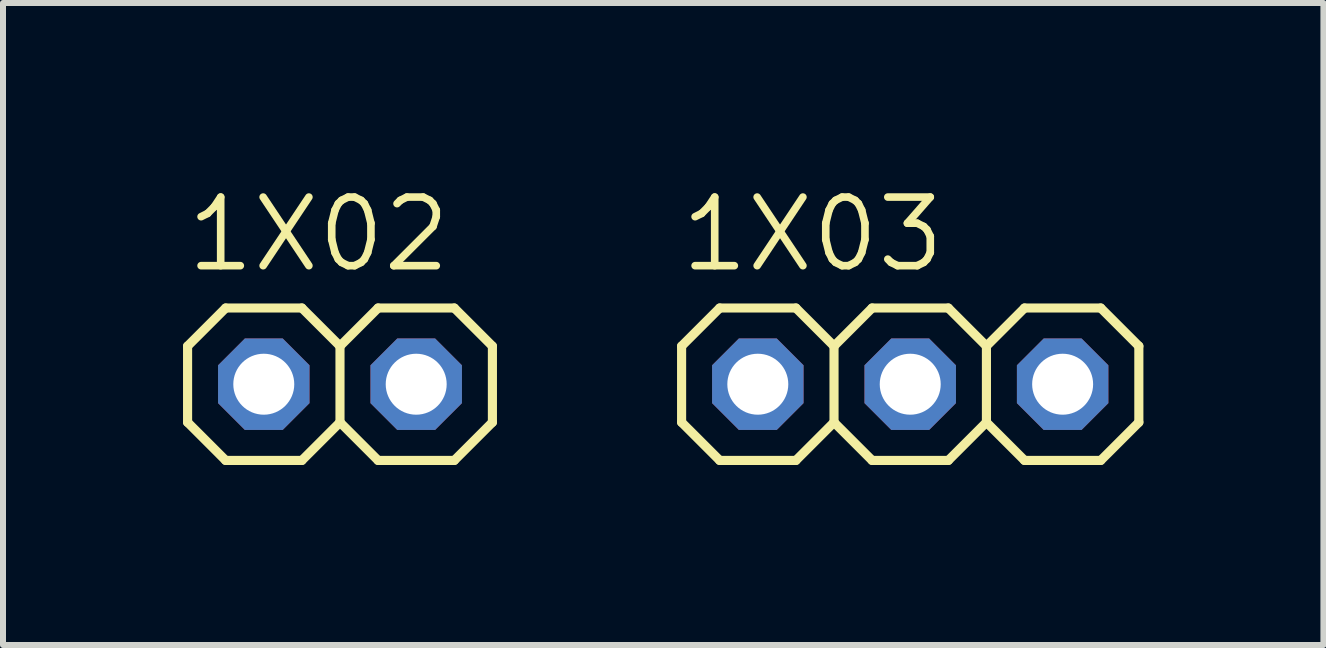
<source format=kicad_pcb>
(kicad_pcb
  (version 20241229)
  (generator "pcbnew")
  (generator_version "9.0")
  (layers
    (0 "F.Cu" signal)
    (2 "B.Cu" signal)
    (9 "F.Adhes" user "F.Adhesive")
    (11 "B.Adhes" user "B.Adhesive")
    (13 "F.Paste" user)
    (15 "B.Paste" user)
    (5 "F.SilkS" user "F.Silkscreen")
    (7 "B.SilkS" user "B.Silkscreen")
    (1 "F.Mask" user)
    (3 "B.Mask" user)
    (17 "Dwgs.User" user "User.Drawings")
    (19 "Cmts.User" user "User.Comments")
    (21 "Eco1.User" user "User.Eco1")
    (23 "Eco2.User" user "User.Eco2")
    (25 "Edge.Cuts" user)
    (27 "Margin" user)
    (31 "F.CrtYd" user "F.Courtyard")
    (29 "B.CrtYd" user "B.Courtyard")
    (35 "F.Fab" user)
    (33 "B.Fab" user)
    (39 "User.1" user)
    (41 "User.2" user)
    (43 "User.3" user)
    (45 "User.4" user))
  (footprint "1X02"
    (layer "F.Cu")
    (at 2.616 3.353)
    (property "Reference" "1X02" (at -2.616 -1.829 0) (layer "F.SilkS") (effects (font (size 1.143 1.143) (thickness 0.127)) (justify left bottom)))
    (fp_line (start -2.54 -0.635) (end -2.54 0.635) (stroke (width 0.152) (type solid)) (layer "F.SilkS"))
    (fp_line (start -2.54 0.635) (end -1.905 1.27) (stroke (width 0.152) (type solid)) (layer "F.SilkS"))
    (fp_line (start -1.905 -1.27) (end -2.54 -0.635) (stroke (width 0.152) (type solid)) (layer "F.SilkS"))
    (fp_line (start -1.905 -1.27) (end -0.635 -1.27) (stroke (width 0.152) (type solid)) (layer "F.SilkS"))
    (fp_line (start -0.635 -1.27) (end 0 -0.635) (stroke (width 0.152) (type solid)) (layer "F.SilkS"))
    (fp_line (start -0.635 1.27) (end -1.905 1.27) (stroke (width 0.152) (type solid)) (layer "F.SilkS"))
    (fp_line (start 0 -0.635) (end 0 0.635) (stroke (width 0.152) (type solid)) (layer "F.SilkS"))
    (fp_line (start 0 -0.635) (end 0.635 -1.27) (stroke (width 0.152) (type solid)) (layer "F.SilkS"))
    (fp_line (start 0 0.635) (end -0.635 1.27) (stroke (width 0.152) (type solid)) (layer "F.SilkS"))
    (fp_line (start 0.635 -1.27) (end 1.905 -1.27) (stroke (width 0.152) (type solid)) (layer "F.SilkS"))
    (fp_line (start 0.635 1.27) (end 0 0.635) (stroke (width 0.152) (type solid)) (layer "F.SilkS"))
    (fp_line (start 1.905 -1.27) (end 2.54 -0.635) (stroke (width 0.152) (type solid)) (layer "F.SilkS"))
    (fp_line (start 1.905 1.27) (end 0.635 1.27) (stroke (width 0.152) (type solid)) (layer "F.SilkS"))
    (fp_line (start 2.54 -0.635) (end 2.54 0.635) (stroke (width 0.152) (type solid)) (layer "F.SilkS"))
    (fp_line (start 2.54 0.635) (end 1.905 1.27) (stroke (width 0.152) (type solid)) (layer "F.SilkS"))
    (fp_poly (pts (xy -1.524 0.254) (xy -1.016 0.254) (xy -1.016 -0.254) (xy -1.524 -0.254)) (stroke (width 0.1) (type default)) (fill no) (layer "F.Fab"))
    (fp_poly (pts (xy 1.016 0.254) (xy 1.524 0.254) (xy 1.524 -0.254) (xy 1.016 -0.254)) (stroke (width 0.1) (type default)) (fill no) (layer "F.Fab"))
    (pad "1" thru_hole roundrect (at -1.27 0 90) (size 1.524 1.524) (drill 1.016) (layers "*.Cu" "*.Mask") (roundrect_rratio 0.25) (chamfer_ratio 0.293) (chamfer top_left top_right bottom_left bottom_right))
    (pad "2" thru_hole roundrect (at 1.27 0 90) (size 1.524 1.524) (drill 1.016) (layers "*.Cu" "*.Mask") (roundrect_rratio 0.25) (chamfer_ratio 0.293) (chamfer top_left top_right bottom_left bottom_right)))
  (footprint "1X03"
    (layer "F.Cu")
    (at 12.119 3.353)
    (property "Reference" "1X03" (at -3.886 -1.829 0) (layer "F.SilkS") (effects (font (size 1.143 1.143) (thickness 0.127)) (justify left bottom)))
    (fp_line (start -3.81 -0.635) (end -3.81 0.635) (stroke (width 0.152) (type solid)) (layer "F.SilkS"))
    (fp_line (start -3.81 0.635) (end -3.175 1.27) (stroke (width 0.152) (type solid)) (layer "F.SilkS"))
    (fp_line (start -3.175 -1.27) (end -3.81 -0.635) (stroke (width 0.152) (type solid)) (layer "F.SilkS"))
    (fp_line (start -3.175 -1.27) (end -1.905 -1.27) (stroke (width 0.152) (type solid)) (layer "F.SilkS"))
    (fp_line (start -1.905 -1.27) (end -1.27 -0.635) (stroke (width 0.152) (type solid)) (layer "F.SilkS"))
    (fp_line (start -1.905 1.27) (end -3.175 1.27) (stroke (width 0.152) (type solid)) (layer "F.SilkS"))
    (fp_line (start -1.27 -0.635) (end -1.27 0.635) (stroke (width 0.152) (type solid)) (layer "F.SilkS"))
    (fp_line (start -1.27 -0.635) (end -0.635 -1.27) (stroke (width 0.152) (type solid)) (layer "F.SilkS"))
    (fp_line (start -1.27 0.635) (end -1.905 1.27) (stroke (width 0.152) (type solid)) (layer "F.SilkS"))
    (fp_line (start -0.635 -1.27) (end 0.635 -1.27) (stroke (width 0.152) (type solid)) (layer "F.SilkS"))
    (fp_line (start -0.635 1.27) (end -1.27 0.635) (stroke (width 0.152) (type solid)) (layer "F.SilkS"))
    (fp_line (start 0.635 -1.27) (end 1.27 -0.635) (stroke (width 0.152) (type solid)) (layer "F.SilkS"))
    (fp_line (start 0.635 1.27) (end -0.635 1.27) (stroke (width 0.152) (type solid)) (layer "F.SilkS"))
    (fp_line (start 1.27 -0.635) (end 1.27 0.635) (stroke (width 0.152) (type solid)) (layer "F.SilkS"))
    (fp_line (start 1.27 -0.635) (end 1.905 -1.27) (stroke (width 0.152) (type solid)) (layer "F.SilkS"))
    (fp_line (start 1.27 0.635) (end 0.635 1.27) (stroke (width 0.152) (type solid)) (layer "F.SilkS"))
    (fp_line (start 1.905 -1.27) (end 3.175 -1.27) (stroke (width 0.152) (type solid)) (layer "F.SilkS"))
    (fp_line (start 1.905 1.27) (end 1.27 0.635) (stroke (width 0.152) (type solid)) (layer "F.SilkS"))
    (fp_line (start 3.175 -1.27) (end 3.81 -0.635) (stroke (width 0.152) (type solid)) (layer "F.SilkS"))
    (fp_line (start 3.175 1.27) (end 1.905 1.27) (stroke (width 0.152) (type solid)) (layer "F.SilkS"))
    (fp_line (start 3.81 -0.635) (end 3.81 0.635) (stroke (width 0.152) (type solid)) (layer "F.SilkS"))
    (fp_line (start 3.81 0.635) (end 3.175 1.27) (stroke (width 0.152) (type solid)) (layer "F.SilkS"))
    (fp_poly (pts (xy -2.794 0.254) (xy -2.286 0.254) (xy -2.286 -0.254) (xy -2.794 -0.254)) (stroke (width 0.1) (type default)) (fill no) (layer "F.Fab"))
    (fp_poly (pts (xy -0.254 0.254) (xy 0.254 0.254) (xy 0.254 -0.254) (xy -0.254 -0.254)) (stroke (width 0.1) (type default)) (fill no) (layer "F.Fab"))
    (fp_poly (pts (xy 2.286 0.254) (xy 2.794 0.254) (xy 2.794 -0.254) (xy 2.286 -0.254)) (stroke (width 0.1) (type default)) (fill no) (layer "F.Fab"))
    (pad "1" thru_hole roundrect (at -2.54 0 90) (size 1.524 1.524) (drill 1.016) (layers "*.Cu" "*.Mask") (roundrect_rratio 0.25) (chamfer_ratio 0.293) (chamfer top_left top_right bottom_left bottom_right))
    (pad "2" thru_hole roundrect (at 0 0 90) (size 1.524 1.524) (drill 1.016) (layers "*.Cu" "*.Mask") (roundrect_rratio 0.25) (chamfer_ratio 0.293) (chamfer top_left top_right bottom_left bottom_right))
    (pad "3" thru_hole roundrect (at 2.54 0 90) (size 1.524 1.524) (drill 1.016) (layers "*.Cu" "*.Mask") (roundrect_rratio 0.25) (chamfer_ratio 0.293) (chamfer top_left top_right bottom_left bottom_right)))
  (gr_rect
    (start -3 -3)
    (end 19.005 7.699)
    (stroke (width 0.1) (type default))
    (fill no)
    (layer "Edge.Cuts")))
</source>
